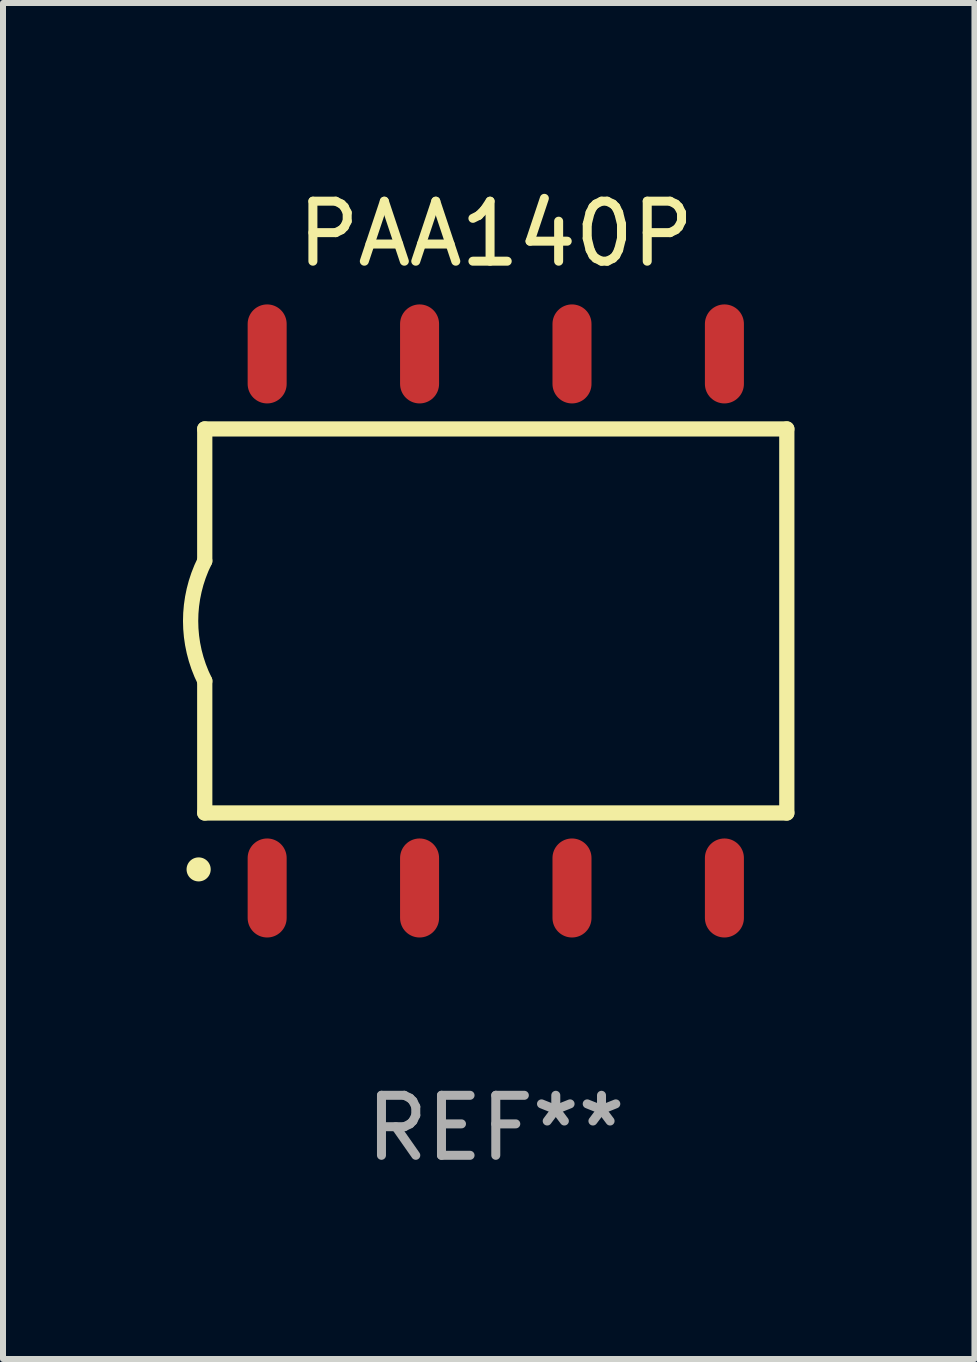
<source format=kicad_pcb>
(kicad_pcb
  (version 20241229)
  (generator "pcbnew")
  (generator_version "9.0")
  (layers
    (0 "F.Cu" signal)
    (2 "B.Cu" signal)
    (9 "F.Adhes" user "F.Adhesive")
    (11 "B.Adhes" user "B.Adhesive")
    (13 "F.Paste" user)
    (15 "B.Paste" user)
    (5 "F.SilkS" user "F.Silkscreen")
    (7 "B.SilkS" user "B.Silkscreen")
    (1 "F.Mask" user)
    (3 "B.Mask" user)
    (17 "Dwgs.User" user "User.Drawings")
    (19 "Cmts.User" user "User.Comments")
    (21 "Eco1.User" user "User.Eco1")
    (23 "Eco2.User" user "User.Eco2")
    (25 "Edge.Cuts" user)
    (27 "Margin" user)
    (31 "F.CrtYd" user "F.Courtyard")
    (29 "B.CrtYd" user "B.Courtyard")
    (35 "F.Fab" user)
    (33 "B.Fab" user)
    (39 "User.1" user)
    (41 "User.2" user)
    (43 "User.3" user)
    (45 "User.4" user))
  (footprint "PAA140P"
    (layer "F.Cu")
    (at 5.212 7.298)
    (property "Reference" "PAA140P" (at 0 -6.45 0) (layer "F.SilkS") (effects (font (size 1 1) (thickness 0.15))))
    (attr through_hole)
    (fp_line (start -4.85 -3.2) (end -4.85 -1) (stroke (width 0.254) (type solid)) (layer "F.SilkS"))
    (fp_line (start -4.85 -3.2) (end 4.85 -3.2) (stroke (width 0.254) (type solid)) (layer "F.SilkS"))
    (fp_line (start -4.85 3.2) (end -4.85 1) (stroke (width 0.254) (type solid)) (layer "F.SilkS"))
    (fp_line (start 4.85 -3.2) (end 4.85 3.2) (stroke (width 0.254) (type solid)) (layer "F.SilkS"))
    (fp_line (start 4.85 3.2) (end -4.85 3.2) (stroke (width 0.254) (type solid)) (layer "F.SilkS"))
    (fp_arc (start -4.95301 4.140208) (mid -4.95174 4.140204) (end -4.95047 4.140208) (stroke (width 0.4) (type solid)) (layer "F.SilkS"))
    (fp_arc (start -4.84887 1.000762) (mid -5.085418 0.000516) (end -4.850013 -1) (stroke (width 0.254001) (type solid)) (layer "F.SilkS"))
    (fp_text user "REF**" (at 0 8.45 0) (layer "F.Fab") (effects (font (size 1 1) (thickness 0.15))))
    (pad "1" smd oval (at -3.81 4.45) (size 0.65 1.65) (layers "F.Cu" "F.Mask" "F.Paste"))
    (pad "2" smd oval (at -1.27 4.45) (size 0.65 1.65) (layers "F.Cu" "F.Mask" "F.Paste"))
    (pad "3" smd oval (at 1.27 4.45) (size 0.65 1.65) (layers "F.Cu" "F.Mask" "F.Paste"))
    (pad "4" smd oval (at 3.81 4.45) (size 0.65 1.65) (layers "F.Cu" "F.Mask" "F.Paste"))
    (pad "5" smd oval (at 3.81 -4.45 180) (size 0.65 1.65) (layers "F.Cu" "F.Mask" "F.Paste"))
    (pad "6" smd oval (at 1.27 -4.45 180) (size 0.65 1.65) (layers "F.Cu" "F.Mask" "F.Paste"))
    (pad "7" smd oval (at -1.27 -4.45 180) (size 0.65 1.65) (layers "F.Cu" "F.Mask" "F.Paste"))
    (pad "8" smd oval (at -3.81 -4.45 180) (size 0.65 1.65) (layers "F.Cu" "F.Mask" "F.Paste")))
  (gr_rect
    (start -3 -3)
    (end 13.189 19.597)
    (stroke (width 0.1) (type default))
    (fill no)
    (layer "Edge.Cuts")))
</source>
